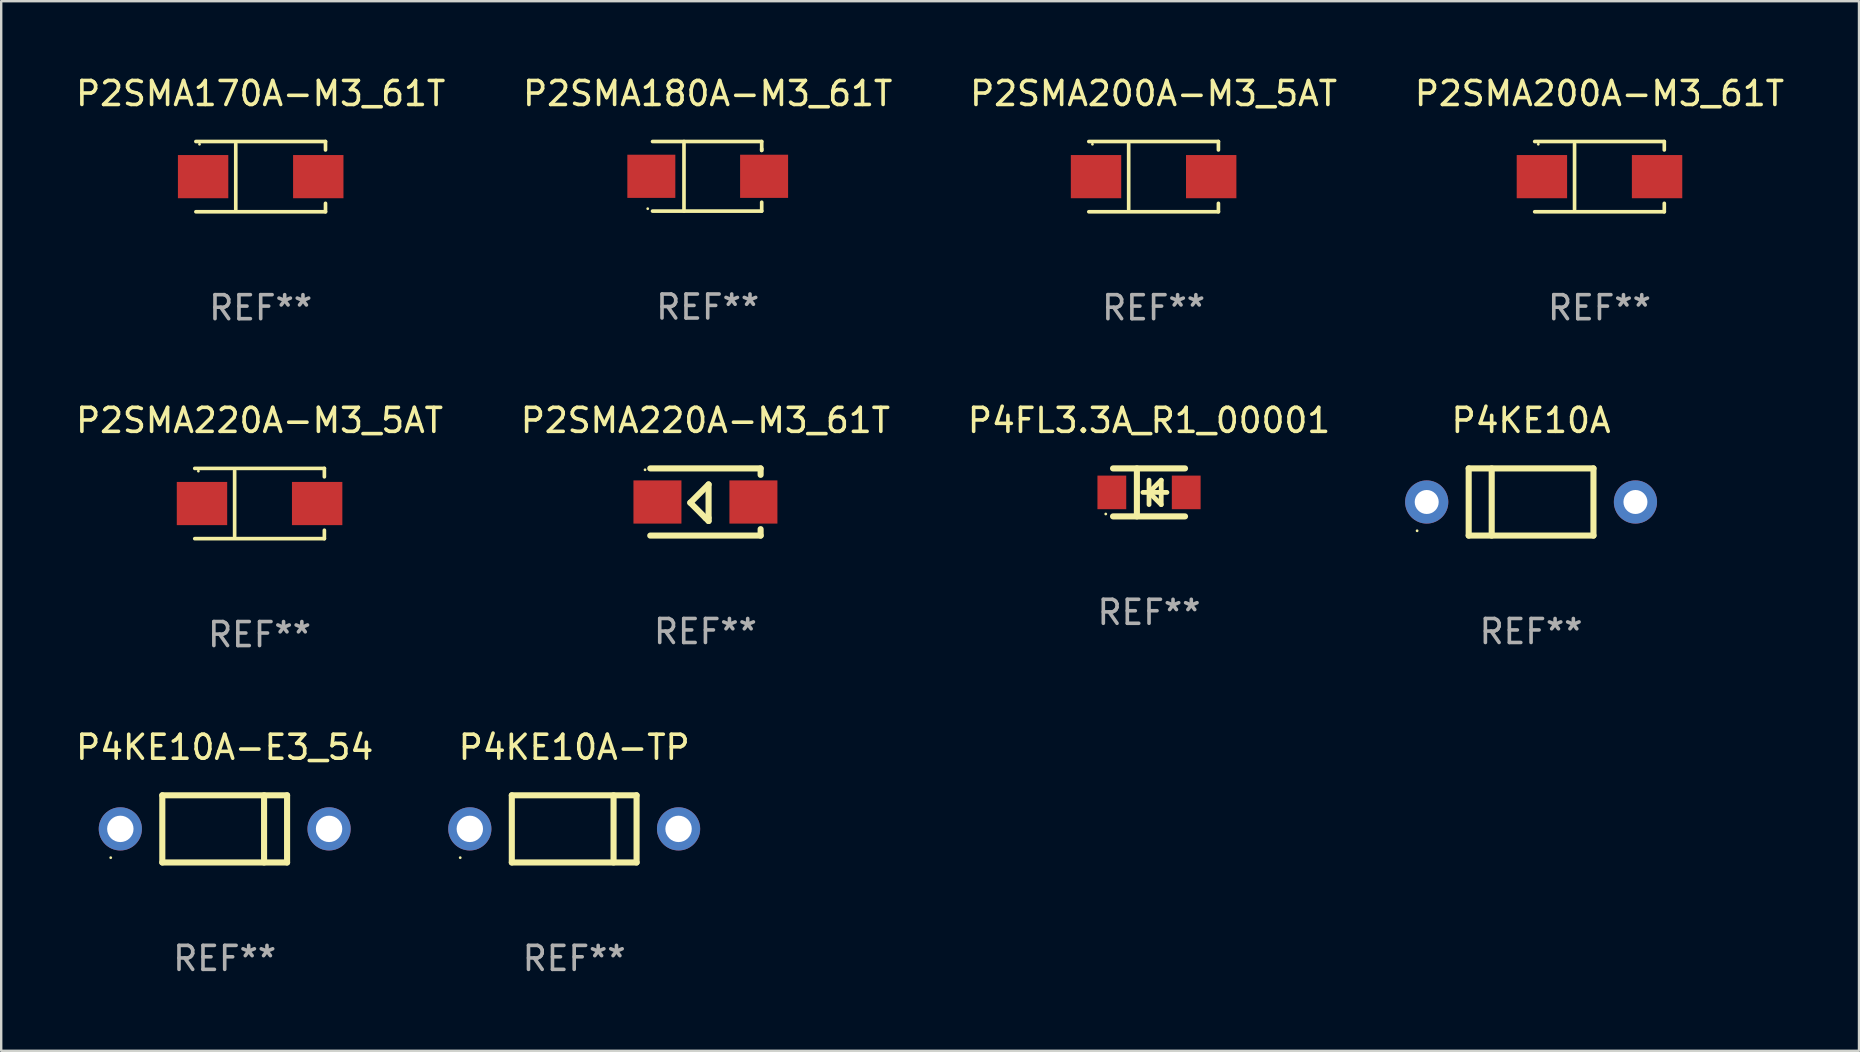
<source format=kicad_pcb>
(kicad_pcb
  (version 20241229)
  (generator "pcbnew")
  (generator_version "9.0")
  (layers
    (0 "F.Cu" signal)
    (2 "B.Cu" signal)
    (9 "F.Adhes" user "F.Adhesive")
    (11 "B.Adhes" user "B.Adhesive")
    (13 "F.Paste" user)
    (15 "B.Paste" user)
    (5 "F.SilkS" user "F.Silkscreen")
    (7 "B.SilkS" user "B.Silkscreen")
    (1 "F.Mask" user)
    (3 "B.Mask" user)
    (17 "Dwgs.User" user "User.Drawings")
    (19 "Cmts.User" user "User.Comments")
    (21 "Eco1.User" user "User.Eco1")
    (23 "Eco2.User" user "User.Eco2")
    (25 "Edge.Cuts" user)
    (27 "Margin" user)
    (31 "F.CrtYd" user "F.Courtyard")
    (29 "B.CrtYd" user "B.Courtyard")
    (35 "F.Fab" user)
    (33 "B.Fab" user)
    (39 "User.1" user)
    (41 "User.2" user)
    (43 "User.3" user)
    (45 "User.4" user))
  (footprint "P2SMA220A-M3_61T"
    (layer "F.Cu")
    (at 26.351 17.872)
    (property "Reference" "P2SMA220A-M3_61T" (at 0 -3.4 0) (layer "F.SilkS") (effects (font (size 1 1) (thickness 0.15))))
    (attr through_hole)
    (fp_line (start -2.3 -1.4) (end 2.3 -1.4) (stroke (width 0.254) (type solid)) (layer "F.SilkS"))
    (fp_line (start -2.3 1.4) (end 2.3 1.4) (stroke (width 0.254) (type solid)) (layer "F.SilkS"))
    (fp_line (start -0.631 0.03) (end 0.131 -0.732) (stroke (width 0.254) (type solid)) (layer "F.SilkS"))
    (fp_line (start 0.004 0.665) (end -0.631 0.03) (stroke (width 0.254) (type solid)) (layer "F.SilkS"))
    (fp_line (start 0.131 -0.732) (end 0.131 0.665) (stroke (width 0.254) (type solid)) (layer "F.SilkS"))
    (fp_line (start 0.131 0.665) (end 0.131 0.792) (stroke (width 0.254) (type solid)) (layer "F.SilkS"))
    (fp_line (start 0.131 0.792) (end 0.004 0.665) (stroke (width 0.254) (type solid)) (layer "F.SilkS"))
    (fp_line (start 2.3 -1.4) (end 2.3 -1.131) (stroke (width 0.254) (type solid)) (layer "F.SilkS"))
    (fp_line (start 2.3 1.131) (end 2.3 1.4) (stroke (width 0.254) (type solid)) (layer "F.SilkS"))
    (fp_circle (center -2.517 -1.342) (end -2.487 -1.342) (stroke (width 0.06) (type solid)) (fill no) (layer "F.SilkS"))
    (fp_text user "REF**" (at 0 5.4 0) (layer "F.Fab") (effects (font (size 1 1) (thickness 0.15))))
    (pad "1" smd rect (at -2 -0.000127) (size 2 1.8) (layers "F.Cu" "F.Mask" "F.Paste"))
    (pad "2" smd rect (at 2 -0.000127) (size 2 1.8) (layers "F.Cu" "F.Mask" "F.Paste")))
  (footprint "P4KE10A"
    (layer "F.Cu")
    (at 60.762 17.872)
    (property "Reference" "P4KE10A" (at 0 -3.4 0) (layer "F.SilkS") (effects (font (size 1 1) (thickness 0.15))))
    (attr through_hole)
    (fp_line (start -2.6 -1.4) (end -2.6 1.4) (stroke (width 0.254) (type solid)) (layer "F.SilkS"))
    (fp_line (start -2.6 -1.4) (end 2.6 -1.4) (stroke (width 0.254) (type solid)) (layer "F.SilkS"))
    (fp_line (start -2.6 1.4) (end 2.6 1.4) (stroke (width 0.254) (type solid)) (layer "F.SilkS"))
    (fp_line (start -1.641 -1.4) (end -1.641 1.4) (stroke (width 0.254) (type solid)) (layer "F.SilkS"))
    (fp_line (start 2.6 -1.4) (end 2.6 1.4) (stroke (width 0.254) (type solid)) (layer "F.SilkS"))
    (fp_circle (center -4.75 1.2) (end -4.72 1.2) (stroke (width 0.06) (type solid)) (fill no) (layer "F.SilkS"))
    (fp_text user "REF**" (at 0 5.4 0) (layer "F.Fab") (effects (font (size 1 1) (thickness 0.15))))
    (pad "1" thru_hole circle (at -4.35 0) (size 1.8 1.8) (drill 1) (layers "*.Cu" "*.Mask"))
    (pad "2" thru_hole circle (at 4.35 0) (size 1.8 1.8) (drill 1) (layers "*.Cu" "*.Mask")))
  (footprint "P2SMA200A-M3_61T"
    (layer "F.Cu")
    (at 63.613 4.312)
    (property "Reference" "P2SMA200A-M3_61T" (at 0 -3.464 0) (layer "F.SilkS") (effects (font (size 1 1) (thickness 0.15))))
    (attr through_hole)
    (fp_line (start -2.701 -1.464) (end 2.701 -1.464) (stroke (width 0.152) (type solid)) (layer "F.SilkS"))
    (fp_line (start -2.701 1.464) (end 2.701 1.464) (stroke (width 0.152) (type solid)) (layer "F.SilkS"))
    (fp_line (start -1.039 -1.364) (end -1.039 1.364) (stroke (width 0.152) (type solid)) (layer "F.SilkS"))
    (fp_line (start 2.701 -1.464) (end 2.701 -1.113) (stroke (width 0.152) (type solid)) (layer "F.SilkS"))
    (fp_line (start 2.701 1.464) (end 2.701 1.113) (stroke (width 0.152) (type solid)) (layer "F.SilkS"))
    (fp_circle (center -2.55 -1.35) (end -2.52 -1.35) (stroke (width 0.06) (type solid)) (fill no) (layer "F.SilkS"))
    (fp_text user "REF**" (at 0 5.464 0) (layer "F.Fab") (effects (font (size 1 1) (thickness 0.15))))
    (pad "1" smd rect (at -2.4 0) (size 2.1 1.8) (layers "F.Cu" "F.Mask" "F.Paste"))
    (pad "2" smd rect (at 2.4 0) (size 2.1 1.8) (layers "F.Cu" "F.Mask" "F.Paste")))
  (footprint "P2SMA180A-M3_61T"
    (layer "F.Cu")
    (at 26.446 4.298)
    (property "Reference" "P2SMA180A-M3_61T" (at 0 -3.45 0) (layer "F.SilkS") (effects (font (size 1 1) (thickness 0.15))))
    (attr through_hole)
    (fp_line (start -2.3 -1.45) (end 2.25 -1.45) (stroke (width 0.152) (type solid)) (layer "F.SilkS"))
    (fp_line (start -0.989 -1.45) (end -0.989 1.45) (stroke (width 0.152) (type solid)) (layer "F.SilkS"))
    (fp_line (start 2.25 -1.45) (end 2.25 -1.08) (stroke (width 0.152) (type solid)) (layer "F.SilkS"))
    (fp_line (start 2.25 -1.08) (end 2.25 -1.142) (stroke (width 0.152) (type solid)) (layer "F.SilkS"))
    (fp_line (start 2.25 1.45) (end -2.3 1.45) (stroke (width 0.152) (type solid)) (layer "F.SilkS"))
    (fp_line (start 2.25 1.45) (end 2.25 1.08) (stroke (width 0.152) (type solid)) (layer "F.SilkS"))
    (fp_circle (center -2.5 1.35) (end -2.47 1.35) (stroke (width 0.06) (type solid)) (fill no) (layer "F.SilkS"))
    (fp_text user "REF**" (at 0 5.45 0) (layer "F.Fab") (effects (font (size 1 1) (thickness 0.15))))
    (pad "1" smd rect (at -2.35 0.000025) (size 2 1.8) (layers "F.Cu" "F.Mask" "F.Paste"))
    (pad "2" smd rect (at 2.35 0.000025) (size 2 1.8) (layers "F.Cu" "F.Mask" "F.Paste")))
  (footprint "P2SMA200A-M3_5AT"
    (layer "F.Cu")
    (at 45.03 4.312)
    (property "Reference" "P2SMA200A-M3_5AT" (at 0 -3.464 0) (layer "F.SilkS") (effects (font (size 1 1) (thickness 0.15))))
    (attr through_hole)
    (fp_line (start -2.701 -1.464) (end 2.701 -1.464) (stroke (width 0.152) (type solid)) (layer "F.SilkS"))
    (fp_line (start -2.701 1.464) (end 2.701 1.464) (stroke (width 0.152) (type solid)) (layer "F.SilkS"))
    (fp_line (start -1.039 -1.364) (end -1.039 1.364) (stroke (width 0.152) (type solid)) (layer "F.SilkS"))
    (fp_line (start 2.701 -1.464) (end 2.701 -1.113) (stroke (width 0.152) (type solid)) (layer "F.SilkS"))
    (fp_line (start 2.701 1.464) (end 2.701 1.113) (stroke (width 0.152) (type solid)) (layer "F.SilkS"))
    (fp_circle (center -2.55 -1.35) (end -2.52 -1.35) (stroke (width 0.06) (type solid)) (fill no) (layer "F.SilkS"))
    (fp_text user "REF**" (at 0 5.464 0) (layer "F.Fab") (effects (font (size 1 1) (thickness 0.15))))
    (pad "1" smd rect (at -2.4 0) (size 2.1 1.8) (layers "F.Cu" "F.Mask" "F.Paste"))
    (pad "2" smd rect (at 2.4 0) (size 2.1 1.8) (layers "F.Cu" "F.Mask" "F.Paste")))
  (footprint "P4KE10A-TP"
    (layer "F.Cu")
    (at 20.881 31.496)
    (property "Reference" "P4KE10A-TP" (at 0 -3.4 0) (layer "F.SilkS") (effects (font (size 1 1) (thickness 0.15))))
    (attr through_hole)
    (fp_line (start -2.6 1.4) (end -2.6 -1.4) (stroke (width 0.254) (type solid)) (layer "F.SilkS"))
    (fp_line (start 1.641 1.4) (end 1.641 -1.4) (stroke (width 0.254) (type solid)) (layer "F.SilkS"))
    (fp_line (start 2.6 -1.4) (end -2.6 -1.4) (stroke (width 0.254) (type solid)) (layer "F.SilkS"))
    (fp_line (start 2.6 1.4) (end -2.6 1.4) (stroke (width 0.254) (type solid)) (layer "F.SilkS"))
    (fp_line (start 2.6 1.4) (end 2.6 -1.4) (stroke (width 0.254) (type solid)) (layer "F.SilkS"))
    (fp_circle (center -4.75 1.2) (end -4.72 1.2) (stroke (width 0.06) (type solid)) (fill no) (layer "F.SilkS"))
    (fp_text user "REF**" (at 0 5.4 0) (layer "F.Fab") (effects (font (size 1 1) (thickness 0.15))))
    (pad "1" thru_hole circle (at -4.35 0) (size 1.8 1.8) (drill 1.1) (layers "*.Cu" "*.Mask"))
    (pad "2" thru_hole circle (at 4.35 0) (size 1.8 1.8) (drill 1.1) (layers "*.Cu" "*.Mask")))
  (footprint "P2SMA220A-M3_5AT"
    (layer "F.Cu")
    (at 7.768 17.936)
    (property "Reference" "P2SMA220A-M3_5AT" (at 0 -3.464 0) (layer "F.SilkS") (effects (font (size 1 1) (thickness 0.15))))
    (attr through_hole)
    (fp_line (start -2.701 -1.464) (end 2.701 -1.464) (stroke (width 0.152) (type solid)) (layer "F.SilkS"))
    (fp_line (start -2.701 1.464) (end 2.701 1.464) (stroke (width 0.152) (type solid)) (layer "F.SilkS"))
    (fp_line (start -1.039 -1.364) (end -1.039 1.364) (stroke (width 0.152) (type solid)) (layer "F.SilkS"))
    (fp_line (start 2.701 -1.464) (end 2.701 -1.113) (stroke (width 0.152) (type solid)) (layer "F.SilkS"))
    (fp_line (start 2.701 1.464) (end 2.701 1.113) (stroke (width 0.152) (type solid)) (layer "F.SilkS"))
    (fp_circle (center -2.55 -1.35) (end -2.52 -1.35) (stroke (width 0.06) (type solid)) (fill no) (layer "F.SilkS"))
    (fp_text user "REF**" (at 0 5.464 0) (layer "F.Fab") (effects (font (size 1 1) (thickness 0.15))))
    (pad "1" smd rect (at -2.4 0) (size 2.1 1.8) (layers "F.Cu" "F.Mask" "F.Paste"))
    (pad "2" smd rect (at 2.4 0) (size 2.1 1.8) (layers "F.Cu" "F.Mask" "F.Paste")))
  (footprint "P2SMA170A-M3_61T"
    (layer "F.Cu")
    (at 7.815 4.312)
    (property "Reference" "P2SMA170A-M3_61T" (at 0 -3.464 0) (layer "F.SilkS") (effects (font (size 1 1) (thickness 0.15))))
    (attr through_hole)
    (fp_line (start -2.701 -1.464) (end 2.701 -1.464) (stroke (width 0.152) (type solid)) (layer "F.SilkS"))
    (fp_line (start -2.701 1.464) (end 2.701 1.464) (stroke (width 0.152) (type solid)) (layer "F.SilkS"))
    (fp_line (start -1.039 -1.364) (end -1.039 1.364) (stroke (width 0.152) (type solid)) (layer "F.SilkS"))
    (fp_line (start 2.701 -1.464) (end 2.701 -1.113) (stroke (width 0.152) (type solid)) (layer "F.SilkS"))
    (fp_line (start 2.701 1.464) (end 2.701 1.113) (stroke (width 0.152) (type solid)) (layer "F.SilkS"))
    (fp_circle (center -2.55 -1.35) (end -2.52 -1.35) (stroke (width 0.06) (type solid)) (fill no) (layer "F.SilkS"))
    (fp_text user "REF**" (at 0 5.464 0) (layer "F.Fab") (effects (font (size 1 1) (thickness 0.15))))
    (pad "1" smd rect (at -2.4 0) (size 2.1 1.8) (layers "F.Cu" "F.Mask" "F.Paste"))
    (pad "2" smd rect (at 2.4 0) (size 2.1 1.8) (layers "F.Cu" "F.Mask" "F.Paste")))
  (footprint "P4FL3.3A_R1_00001"
    (layer "F.Cu")
    (at 44.839 17.472)
    (property "Reference" "P4FL3.3A_R1_00001" (at 0 -3 0) (layer "F.SilkS") (effects (font (size 1 1) (thickness 0.15))))
    (attr through_hole)
    (fp_line (start -1.5 -1) (end 1.5 -1) (stroke (width 0.254) (type solid)) (layer "F.SilkS"))
    (fp_line (start -1.5 1) (end 1.5 1) (stroke (width 0.254) (type solid)) (layer "F.SilkS"))
    (fp_line (start -0.506 -1) (end -0.506 1) (stroke (width 0.254) (type solid)) (layer "F.SilkS"))
    (fp_line (start -0.254 0) (end 0.746 0) (stroke (width 0.2) (type solid)) (layer "F.SilkS"))
    (fp_line (start 0.000102 -0.508) (end 0.000102 0.508) (stroke (width 0.2) (type solid)) (layer "F.SilkS"))
    (fp_line (start 0.000102 0) (end 0.508 -0.508) (stroke (width 0.2) (type solid)) (layer "F.SilkS"))
    (fp_line (start 0.508 -0.508) (end 0.508 0.508) (stroke (width 0.2) (type solid)) (layer "F.SilkS"))
    (fp_line (start 0.508 0.508) (end 0.000102 0) (stroke (width 0.2) (type solid)) (layer "F.SilkS"))
    (fp_circle (center -1.803 0.9) (end -1.773 0.9) (stroke (width 0.06) (type solid)) (fill no) (layer "F.SilkS"))
    (fp_text user "REF**" (at 0 5 0) (layer "F.Fab") (effects (font (size 1 1) (thickness 0.15))))
    (pad "1" smd rect (at -1.55 0) (size 1.2 1.4) (layers "F.Cu" "F.Mask" "F.Paste"))
    (pad "2" smd rect (at 1.55 0) (size 1.2 1.4) (layers "F.Cu" "F.Mask" "F.Paste")))
  (footprint "P4KE10A-E3_54"
    (layer "F.Cu")
    (at 6.315 31.496)
    (property "Reference" "P4KE10A-E3_54" (at 0 -3.4 0) (layer "F.SilkS") (effects (font (size 1 1) (thickness 0.15))))
    (attr through_hole)
    (fp_line (start -2.6 1.4) (end -2.6 -1.4) (stroke (width 0.254) (type solid)) (layer "F.SilkS"))
    (fp_line (start 1.641 1.4) (end 1.641 -1.4) (stroke (width 0.254) (type solid)) (layer "F.SilkS"))
    (fp_line (start 2.6 -1.4) (end -2.6 -1.4) (stroke (width 0.254) (type solid)) (layer "F.SilkS"))
    (fp_line (start 2.6 1.4) (end -2.6 1.4) (stroke (width 0.254) (type solid)) (layer "F.SilkS"))
    (fp_line (start 2.6 1.4) (end 2.6 -1.4) (stroke (width 0.254) (type solid)) (layer "F.SilkS"))
    (fp_circle (center -4.75 1.2) (end -4.72 1.2) (stroke (width 0.06) (type solid)) (fill no) (layer "F.SilkS"))
    (fp_text user "REF**" (at 0 5.4 0) (layer "F.Fab") (effects (font (size 1 1) (thickness 0.15))))
    (pad "1" thru_hole circle (at -4.35 0) (size 1.8 1.8) (drill 1.1) (layers "*.Cu" "*.Mask"))
    (pad "2" thru_hole circle (at 4.35 0) (size 1.8 1.8) (drill 1.1) (layers "*.Cu" "*.Mask")))
  (gr_rect
    (start -3 -3)
    (end 74.429 40.744)
    (stroke (width 0.1) (type default))
    (fill no)
    (layer "Edge.Cuts")))
</source>
